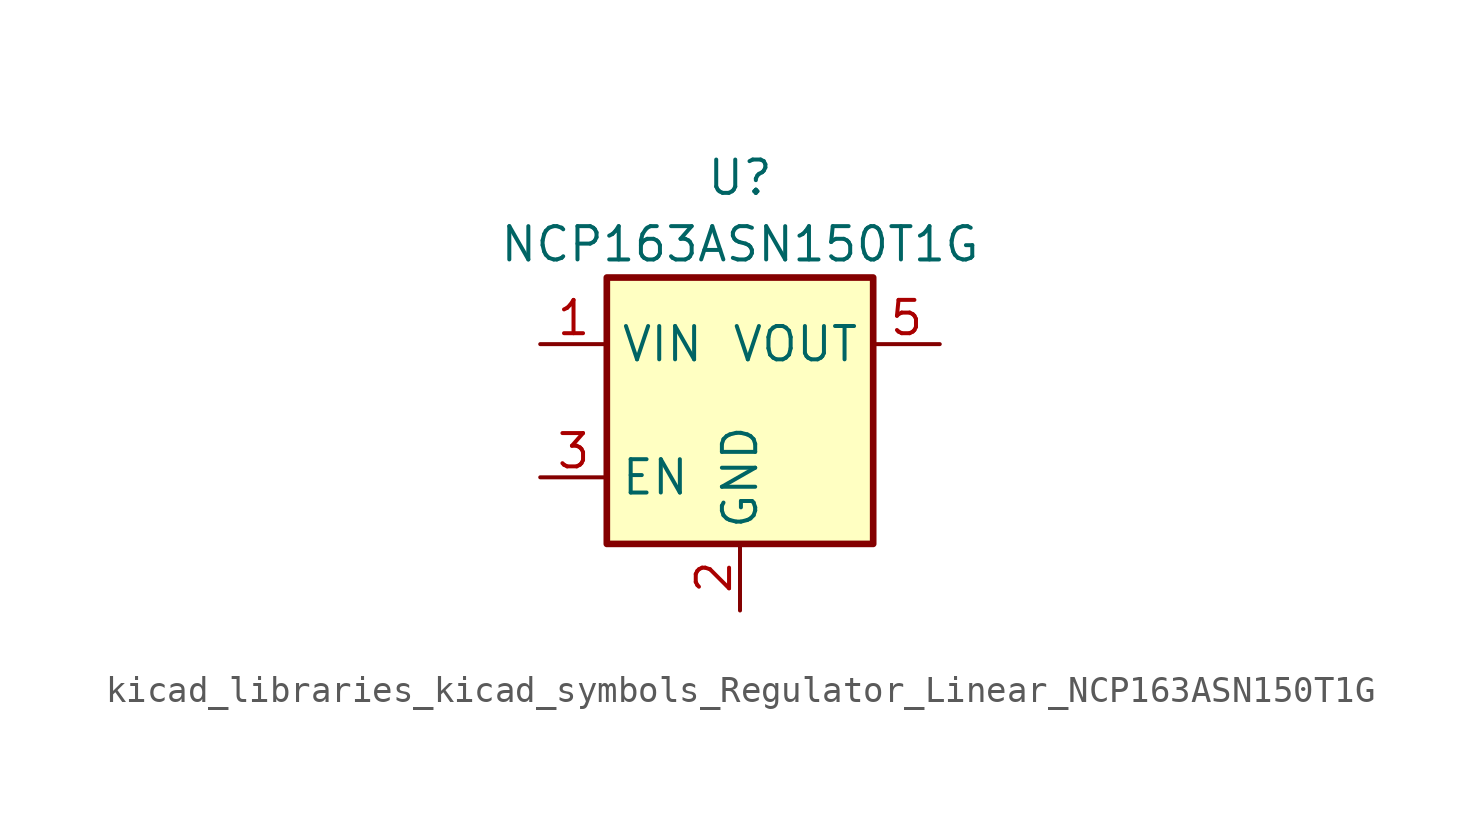
<source format=kicad_sym>
(kicad_symbol_lib
  (version 20220914)
  (generator kicad_symbol_editor)
  (symbol "kicad_libraries_kicad_symbols_Regulator_Linear_NCP163ASN150T1G"
    (property "Reference" "U"
      (at 0 8.89 0)
      (effects (font (size 1.27 1.27))))
    (property "Value" "NCP163ASN150T1G"
      (at 0 6.35 0)
      (effects (font (size 1.27 1.27))))
    (symbol "kicad_libraries_kicad_symbols_Regulator_Linear_NCP163ASN150T1G_0_1"
      (rectangle (start -5.08 5.08) (end 5.08 -5.08) (stroke (width 0.254) (type default)) (fill (type background))))
    (symbol "kicad_libraries_kicad_symbols_Regulator_Linear_NCP163ASN150T1G_1_1"
      (pin power_in line (at -7.62 2.54 0) (length 2.54) (name "VIN" (effects (font (size 1.27 1.27)))) (number "1" (effects (font (size 1.27 1.27)))))
      (pin power_in line (at 0 -7.62 90) (length 2.54) (name "GND" (effects (font (size 1.27 1.27)))) (number "2" (effects (font (size 1.27 1.27)))))
      (pin input line (at -7.62 -2.54 0) (length 2.54) (name "EN" (effects (font (size 1.27 1.27)))) (number "3" (effects (font (size 1.27 1.27)))))
      (pin no_connect line (at 5.08 -2.54 180) (length 2.54) hide (name "NC" (effects (font (size 1.27 1.27)))) (number "4" (effects (font (size 1.27 1.27)))))
      (pin power_out line (at 7.62 2.54 180) (length 2.54) (name "VOUT" (effects (font (size 1.27 1.27)))) (number "5" (effects (font (size 1.27 1.27))))))))
</source>
